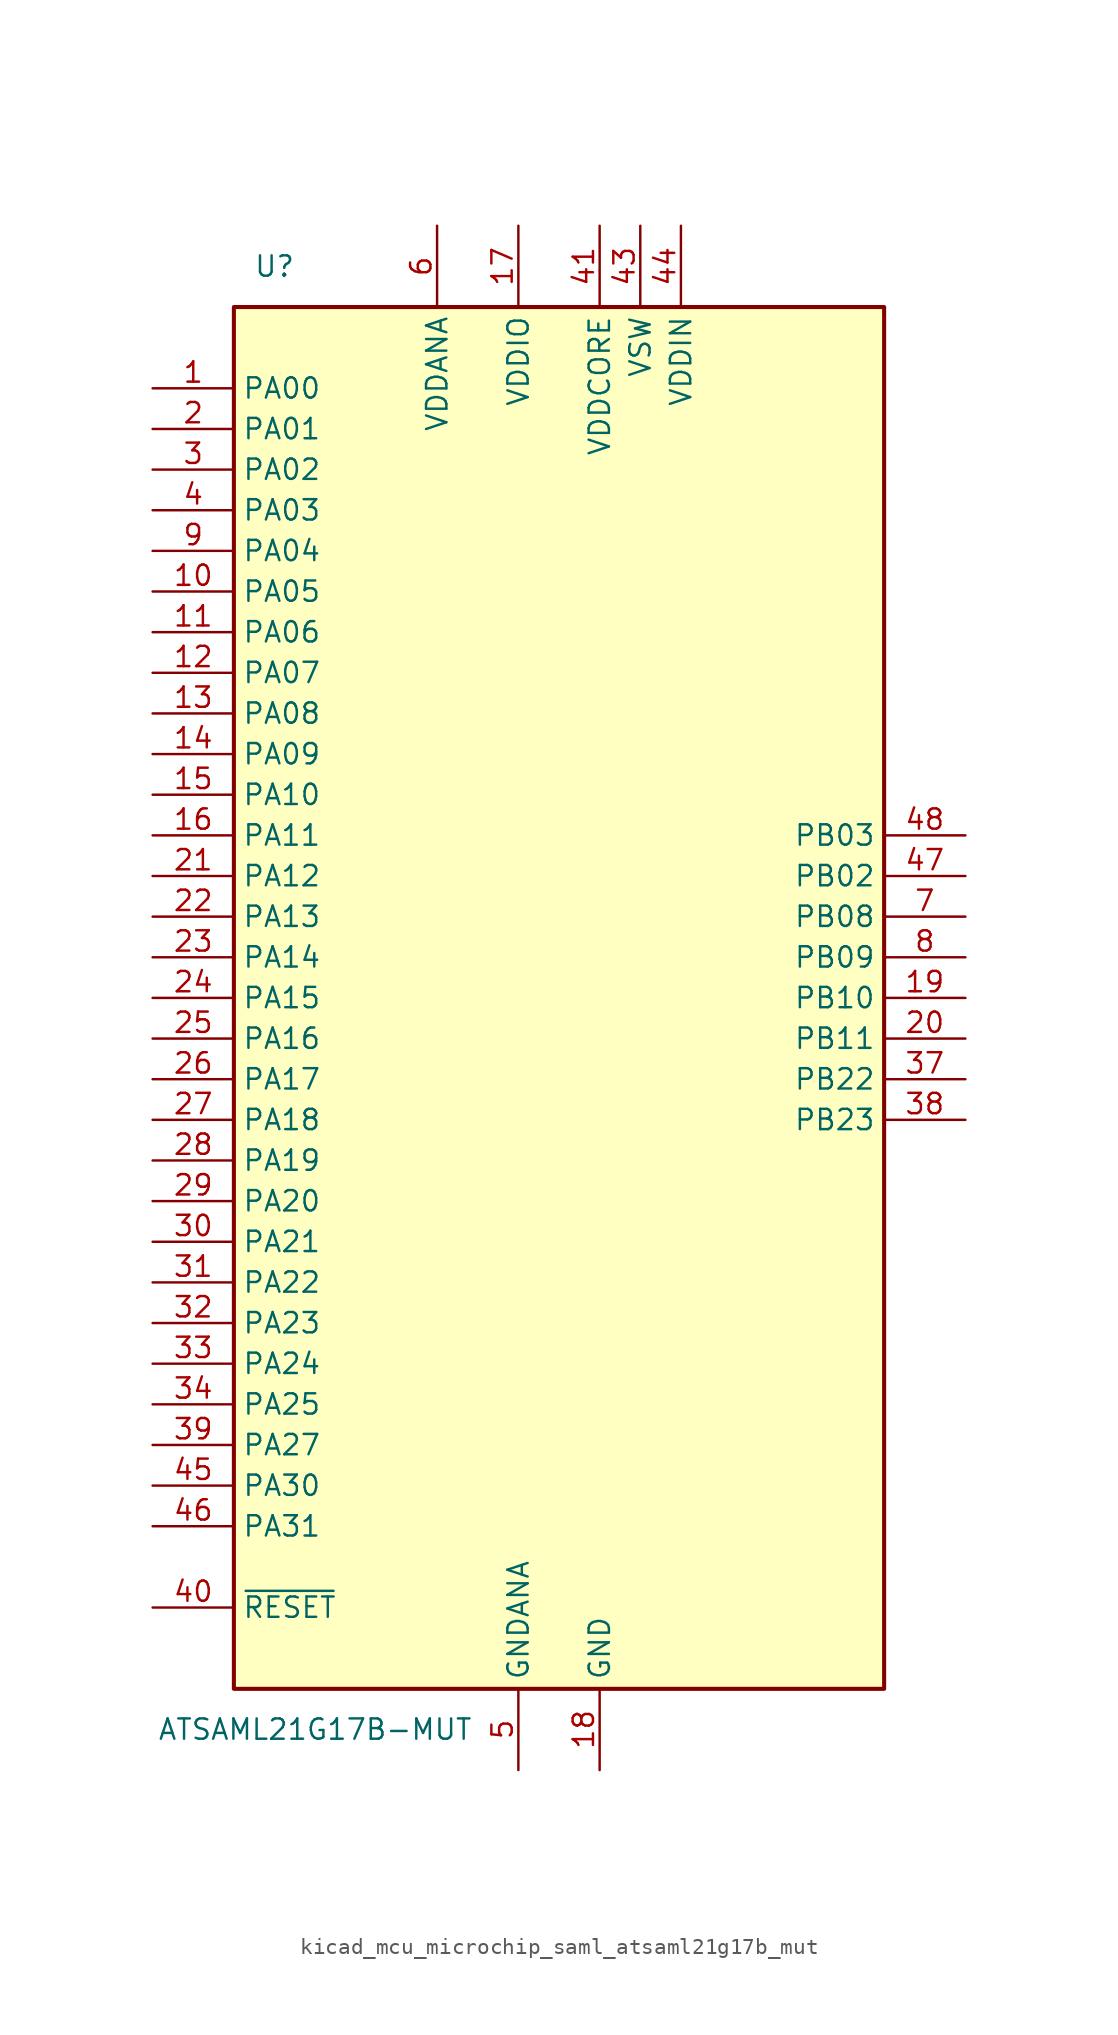
<source format=kicad_sym>
(kicad_symbol_lib
  (version 20220914)
  (generator kicad_symbol_editor)
  (symbol "kicad_mcu_microchip_saml_atsaml21g17b_mut"
    (property "Reference" "U"
      (at -17.78 45.72 0)
      (effects (font (size 1.27 1.27))))
    (property "Value" "ATSAML21G17B-MUT"
      (at -15.24 -45.72 0)
      (effects (font (size 1.27 1.27))))
    (symbol "kicad_mcu_microchip_saml_atsaml21g17b_mut_0_1"
      (rectangle (start -20.32 43.18) (end 20.32 -43.18) (stroke (width 0.254) (type default)) (fill (type background))))
    (symbol "kicad_mcu_microchip_saml_atsaml21g17b_mut_1_1"
      (pin bidirectional line (at -25.4 38.1 0) (length 5.08) (name "PA00" (effects (font (size 1.27 1.27)))) (number "1" (effects (font (size 1.27 1.27)))))
      (pin bidirectional line (at -25.4 25.4 0) (length 5.08) (name "PA05" (effects (font (size 1.27 1.27)))) (number "10" (effects (font (size 1.27 1.27)))))
      (pin bidirectional line (at -25.4 22.86 0) (length 5.08) (name "PA06" (effects (font (size 1.27 1.27)))) (number "11" (effects (font (size 1.27 1.27)))))
      (pin bidirectional line (at -25.4 20.32 0) (length 5.08) (name "PA07" (effects (font (size 1.27 1.27)))) (number "12" (effects (font (size 1.27 1.27)))))
      (pin bidirectional line (at -25.4 17.78 0) (length 5.08) (name "PA08" (effects (font (size 1.27 1.27)))) (number "13" (effects (font (size 1.27 1.27)))))
      (pin bidirectional line (at -25.4 15.24 0) (length 5.08) (name "PA09" (effects (font (size 1.27 1.27)))) (number "14" (effects (font (size 1.27 1.27)))))
      (pin bidirectional line (at -25.4 12.7 0) (length 5.08) (name "PA10" (effects (font (size 1.27 1.27)))) (number "15" (effects (font (size 1.27 1.27)))))
      (pin bidirectional line (at -25.4 10.16 0) (length 5.08) (name "PA11" (effects (font (size 1.27 1.27)))) (number "16" (effects (font (size 1.27 1.27)))))
      (pin power_in line (at -2.54 48.26 270) (length 5.08) (name "VDDIO" (effects (font (size 1.27 1.27)))) (number "17" (effects (font (size 1.27 1.27)))))
      (pin power_in line (at 2.54 -48.26 90) (length 5.08) (name "GND" (effects (font (size 1.27 1.27)))) (number "18" (effects (font (size 1.27 1.27)))))
      (pin bidirectional line (at 25.4 0 180) (length 5.08) (name "PB10" (effects (font (size 1.27 1.27)))) (number "19" (effects (font (size 1.27 1.27)))))
      (pin bidirectional line (at -25.4 35.56 0) (length 5.08) (name "PA01" (effects (font (size 1.27 1.27)))) (number "2" (effects (font (size 1.27 1.27)))))
      (pin bidirectional line (at 25.4 -2.54 180) (length 5.08) (name "PB11" (effects (font (size 1.27 1.27)))) (number "20" (effects (font (size 1.27 1.27)))))
      (pin bidirectional line (at -25.4 7.62 0) (length 5.08) (name "PA12" (effects (font (size 1.27 1.27)))) (number "21" (effects (font (size 1.27 1.27)))))
      (pin bidirectional line (at -25.4 5.08 0) (length 5.08) (name "PA13" (effects (font (size 1.27 1.27)))) (number "22" (effects (font (size 1.27 1.27)))))
      (pin bidirectional line (at -25.4 2.54 0) (length 5.08) (name "PA14" (effects (font (size 1.27 1.27)))) (number "23" (effects (font (size 1.27 1.27)))))
      (pin bidirectional line (at -25.4 0 0) (length 5.08) (name "PA15" (effects (font (size 1.27 1.27)))) (number "24" (effects (font (size 1.27 1.27)))))
      (pin bidirectional line (at -25.4 -2.54 0) (length 5.08) (name "PA16" (effects (font (size 1.27 1.27)))) (number "25" (effects (font (size 1.27 1.27)))))
      (pin bidirectional line (at -25.4 -5.08 0) (length 5.08) (name "PA17" (effects (font (size 1.27 1.27)))) (number "26" (effects (font (size 1.27 1.27)))))
      (pin bidirectional line (at -25.4 -7.62 0) (length 5.08) (name "PA18" (effects (font (size 1.27 1.27)))) (number "27" (effects (font (size 1.27 1.27)))))
      (pin bidirectional line (at -25.4 -10.16 0) (length 5.08) (name "PA19" (effects (font (size 1.27 1.27)))) (number "28" (effects (font (size 1.27 1.27)))))
      (pin bidirectional line (at -25.4 -12.7 0) (length 5.08) (name "PA20" (effects (font (size 1.27 1.27)))) (number "29" (effects (font (size 1.27 1.27)))))
      (pin bidirectional line (at -25.4 33.02 0) (length 5.08) (name "PA02" (effects (font (size 1.27 1.27)))) (number "3" (effects (font (size 1.27 1.27)))))
      (pin bidirectional line (at -25.4 -15.24 0) (length 5.08) (name "PA21" (effects (font (size 1.27 1.27)))) (number "30" (effects (font (size 1.27 1.27)))))
      (pin bidirectional line (at -25.4 -17.78 0) (length 5.08) (name "PA22" (effects (font (size 1.27 1.27)))) (number "31" (effects (font (size 1.27 1.27)))))
      (pin bidirectional line (at -25.4 -20.32 0) (length 5.08) (name "PA23" (effects (font (size 1.27 1.27)))) (number "32" (effects (font (size 1.27 1.27)))))
      (pin bidirectional line (at -25.4 -22.86 0) (length 5.08) (name "PA24" (effects (font (size 1.27 1.27)))) (number "33" (effects (font (size 1.27 1.27)))))
      (pin bidirectional line (at -25.4 -25.4 0) (length 5.08) (name "PA25" (effects (font (size 1.27 1.27)))) (number "34" (effects (font (size 1.27 1.27)))))
      (pin passive line (at 2.54 -48.26 90) (length 5.08) hide (name "GND" (effects (font (size 1.27 1.27)))) (number "35" (effects (font (size 1.27 1.27)))))
      (pin passive line (at -2.54 48.26 270) (length 5.08) hide (name "VDDIO" (effects (font (size 1.27 1.27)))) (number "36" (effects (font (size 1.27 1.27)))))
      (pin bidirectional line (at 25.4 -5.08 180) (length 5.08) (name "PB22" (effects (font (size 1.27 1.27)))) (number "37" (effects (font (size 1.27 1.27)))))
      (pin bidirectional line (at 25.4 -7.62 180) (length 5.08) (name "PB23" (effects (font (size 1.27 1.27)))) (number "38" (effects (font (size 1.27 1.27)))))
      (pin bidirectional line (at -25.4 -27.94 0) (length 5.08) (name "PA27" (effects (font (size 1.27 1.27)))) (number "39" (effects (font (size 1.27 1.27)))))
      (pin bidirectional line (at -25.4 30.48 0) (length 5.08) (name "PA03" (effects (font (size 1.27 1.27)))) (number "4" (effects (font (size 1.27 1.27)))))
      (pin input line (at -25.4 -38.1 0) (length 5.08) (name "~{RESET}" (effects (font (size 1.27 1.27)))) (number "40" (effects (font (size 1.27 1.27)))))
      (pin power_in line (at 2.54 48.26 270) (length 5.08) (name "VDDCORE" (effects (font (size 1.27 1.27)))) (number "41" (effects (font (size 1.27 1.27)))))
      (pin passive line (at 2.54 -48.26 90) (length 5.08) hide (name "GND" (effects (font (size 1.27 1.27)))) (number "42" (effects (font (size 1.27 1.27)))))
      (pin power_out line (at 5.08 48.26 270) (length 5.08) (name "VSW" (effects (font (size 1.27 1.27)))) (number "43" (effects (font (size 1.27 1.27)))))
      (pin power_in line (at 7.62 48.26 270) (length 5.08) (name "VDDIN" (effects (font (size 1.27 1.27)))) (number "44" (effects (font (size 1.27 1.27)))))
      (pin bidirectional line (at -25.4 -30.48 0) (length 5.08) (name "PA30" (effects (font (size 1.27 1.27)))) (number "45" (effects (font (size 1.27 1.27)))))
      (pin bidirectional line (at -25.4 -33.02 0) (length 5.08) (name "PA31" (effects (font (size 1.27 1.27)))) (number "46" (effects (font (size 1.27 1.27)))))
      (pin bidirectional line (at 25.4 7.62 180) (length 5.08) (name "PB02" (effects (font (size 1.27 1.27)))) (number "47" (effects (font (size 1.27 1.27)))))
      (pin bidirectional line (at 25.4 10.16 180) (length 5.08) (name "PB03" (effects (font (size 1.27 1.27)))) (number "48" (effects (font (size 1.27 1.27)))))
      (pin power_in line (at -2.54 -48.26 90) (length 5.08) (name "GNDANA" (effects (font (size 1.27 1.27)))) (number "5" (effects (font (size 1.27 1.27)))))
      (pin power_in line (at -7.62 48.26 270) (length 5.08) (name "VDDANA" (effects (font (size 1.27 1.27)))) (number "6" (effects (font (size 1.27 1.27)))))
      (pin bidirectional line (at 25.4 5.08 180) (length 5.08) (name "PB08" (effects (font (size 1.27 1.27)))) (number "7" (effects (font (size 1.27 1.27)))))
      (pin bidirectional line (at 25.4 2.54 180) (length 5.08) (name "PB09" (effects (font (size 1.27 1.27)))) (number "8" (effects (font (size 1.27 1.27)))))
      (pin bidirectional line (at -25.4 27.94 0) (length 5.08) (name "PA04" (effects (font (size 1.27 1.27)))) (number "9" (effects (font (size 1.27 1.27))))))))
</source>
